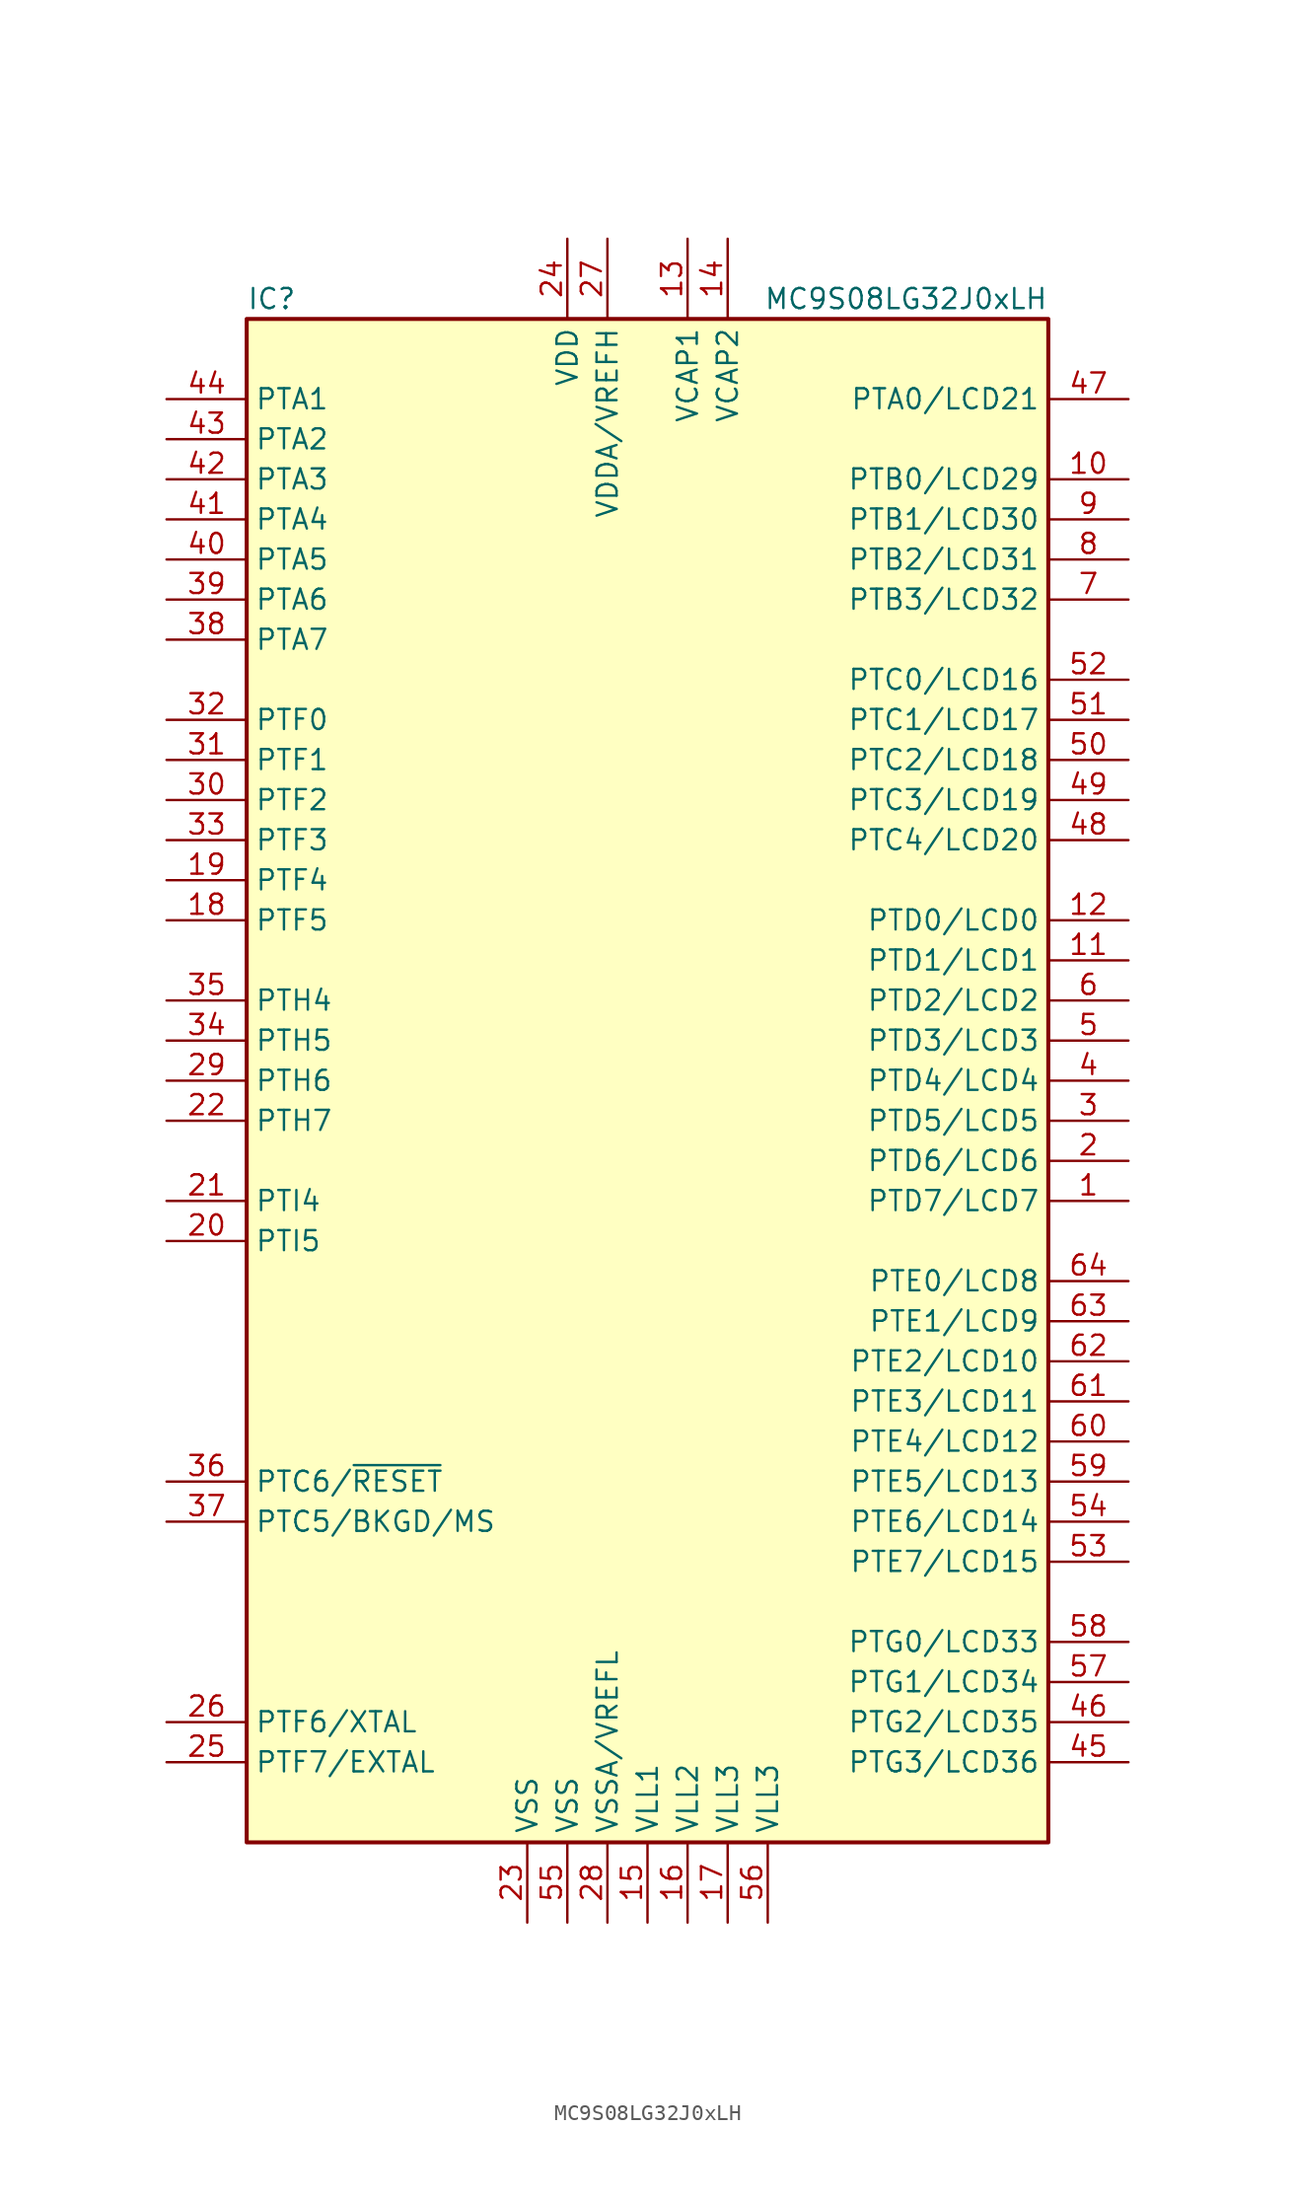
<source format=kicad_sym>
(kicad_symbol_lib
  (version 20211014)
  (generator kicad_symbol_editor)
  (symbol "MC9S08LG32J0xLH"
    (property "Reference" "IC"
      (at -25.4 49.53 0)
      (effects (font (size 1.27 1.27)) (justify left)))
    (property "Value" "MC9S08LG32J0xLH"
      (at 25.4 49.53 0)
      (effects (font (size 1.27 1.27)) (justify right)))
    (symbol "MC9S08LG32J0xLH_0_1"
      (rectangle (start -25.4 48.26) (end 25.4 -48.26) (stroke (width 0.254) (type default) (color 0 0 0 0)) (fill (type background))))
    (symbol "MC9S08LG32J0xLH_1_1"
      (pin bidirectional line (at 30.48 -7.62 180) (length 5.08) (name "PTD7/LCD7" (effects (font (size 1.27 1.27)))) (number "1" (effects (font (size 1.27 1.27)))))
      (pin bidirectional line (at 30.48 38.1 180) (length 5.08) (name "PTB0/LCD29" (effects (font (size 1.27 1.27)))) (number "10" (effects (font (size 1.27 1.27)))))
      (pin bidirectional line (at 30.48 7.62 180) (length 5.08) (name "PTD1/LCD1" (effects (font (size 1.27 1.27)))) (number "11" (effects (font (size 1.27 1.27)))))
      (pin bidirectional line (at 30.48 10.16 180) (length 5.08) (name "PTD0/LCD0" (effects (font (size 1.27 1.27)))) (number "12" (effects (font (size 1.27 1.27)))))
      (pin power_in line (at 2.54 53.34 270) (length 5.08) (name "VCAP1" (effects (font (size 1.27 1.27)))) (number "13" (effects (font (size 1.27 1.27)))))
      (pin power_in line (at 5.08 53.34 270) (length 5.08) (name "VCAP2" (effects (font (size 1.27 1.27)))) (number "14" (effects (font (size 1.27 1.27)))))
      (pin power_in line (at 0 -53.34 90) (length 5.08) (name "VLL1" (effects (font (size 1.27 1.27)))) (number "15" (effects (font (size 1.27 1.27)))))
      (pin power_in line (at 2.54 -53.34 90) (length 5.08) (name "VLL2" (effects (font (size 1.27 1.27)))) (number "16" (effects (font (size 1.27 1.27)))))
      (pin power_in line (at 5.08 -53.34 90) (length 5.08) (name "VLL3" (effects (font (size 1.27 1.27)))) (number "17" (effects (font (size 1.27 1.27)))))
      (pin bidirectional line (at -30.48 10.16 0) (length 5.08) (name "PTF5" (effects (font (size 1.27 1.27)))) (number "18" (effects (font (size 1.27 1.27)))))
      (pin bidirectional line (at -30.48 12.7 0) (length 5.08) (name "PTF4" (effects (font (size 1.27 1.27)))) (number "19" (effects (font (size 1.27 1.27)))))
      (pin bidirectional line (at 30.48 -5.08 180) (length 5.08) (name "PTD6/LCD6" (effects (font (size 1.27 1.27)))) (number "2" (effects (font (size 1.27 1.27)))))
      (pin bidirectional line (at -30.48 -10.16 0) (length 5.08) (name "PTI5" (effects (font (size 1.27 1.27)))) (number "20" (effects (font (size 1.27 1.27)))))
      (pin bidirectional line (at -30.48 -7.62 0) (length 5.08) (name "PTI4" (effects (font (size 1.27 1.27)))) (number "21" (effects (font (size 1.27 1.27)))))
      (pin bidirectional line (at -30.48 -2.54 0) (length 5.08) (name "PTH7" (effects (font (size 1.27 1.27)))) (number "22" (effects (font (size 1.27 1.27)))))
      (pin power_in line (at -7.62 -53.34 90) (length 5.08) (name "VSS" (effects (font (size 1.27 1.27)))) (number "23" (effects (font (size 1.27 1.27)))))
      (pin power_in line (at -5.08 53.34 270) (length 5.08) (name "VDD" (effects (font (size 1.27 1.27)))) (number "24" (effects (font (size 1.27 1.27)))))
      (pin bidirectional line (at -30.48 -43.18 0) (length 5.08) (name "PTF7/EXTAL" (effects (font (size 1.27 1.27)))) (number "25" (effects (font (size 1.27 1.27)))))
      (pin bidirectional line (at -30.48 -40.64 0) (length 5.08) (name "PTF6/XTAL" (effects (font (size 1.27 1.27)))) (number "26" (effects (font (size 1.27 1.27)))))
      (pin power_in line (at -2.54 53.34 270) (length 5.08) (name "VDDA/VREFH" (effects (font (size 1.27 1.27)))) (number "27" (effects (font (size 1.27 1.27)))))
      (pin power_in line (at -2.54 -53.34 90) (length 5.08) (name "VSSA/VREFL" (effects (font (size 1.27 1.27)))) (number "28" (effects (font (size 1.27 1.27)))))
      (pin bidirectional line (at -30.48 0 0) (length 5.08) (name "PTH6" (effects (font (size 1.27 1.27)))) (number "29" (effects (font (size 1.27 1.27)))))
      (pin bidirectional line (at 30.48 -2.54 180) (length 5.08) (name "PTD5/LCD5" (effects (font (size 1.27 1.27)))) (number "3" (effects (font (size 1.27 1.27)))))
      (pin bidirectional line (at -30.48 17.78 0) (length 5.08) (name "PTF2" (effects (font (size 1.27 1.27)))) (number "30" (effects (font (size 1.27 1.27)))))
      (pin bidirectional line (at -30.48 20.32 0) (length 5.08) (name "PTF1" (effects (font (size 1.27 1.27)))) (number "31" (effects (font (size 1.27 1.27)))))
      (pin bidirectional line (at -30.48 22.86 0) (length 5.08) (name "PTF0" (effects (font (size 1.27 1.27)))) (number "32" (effects (font (size 1.27 1.27)))))
      (pin bidirectional line (at -30.48 15.24 0) (length 5.08) (name "PTF3" (effects (font (size 1.27 1.27)))) (number "33" (effects (font (size 1.27 1.27)))))
      (pin bidirectional line (at -30.48 2.54 0) (length 5.08) (name "PTH5" (effects (font (size 1.27 1.27)))) (number "34" (effects (font (size 1.27 1.27)))))
      (pin bidirectional line (at -30.48 5.08 0) (length 5.08) (name "PTH4" (effects (font (size 1.27 1.27)))) (number "35" (effects (font (size 1.27 1.27)))))
      (pin bidirectional line (at -30.48 -25.4 0) (length 5.08) (name "PTC6/~{RESET}" (effects (font (size 1.27 1.27)))) (number "36" (effects (font (size 1.27 1.27)))))
      (pin bidirectional line (at -30.48 -27.94 0) (length 5.08) (name "PTC5/BKGD/MS" (effects (font (size 1.27 1.27)))) (number "37" (effects (font (size 1.27 1.27)))))
      (pin bidirectional line (at -30.48 27.94 0) (length 5.08) (name "PTA7" (effects (font (size 1.27 1.27)))) (number "38" (effects (font (size 1.27 1.27)))))
      (pin bidirectional line (at -30.48 30.48 0) (length 5.08) (name "PTA6" (effects (font (size 1.27 1.27)))) (number "39" (effects (font (size 1.27 1.27)))))
      (pin bidirectional line (at 30.48 0 180) (length 5.08) (name "PTD4/LCD4" (effects (font (size 1.27 1.27)))) (number "4" (effects (font (size 1.27 1.27)))))
      (pin bidirectional line (at -30.48 33.02 0) (length 5.08) (name "PTA5" (effects (font (size 1.27 1.27)))) (number "40" (effects (font (size 1.27 1.27)))))
      (pin bidirectional line (at -30.48 35.56 0) (length 5.08) (name "PTA4" (effects (font (size 1.27 1.27)))) (number "41" (effects (font (size 1.27 1.27)))))
      (pin bidirectional line (at -30.48 38.1 0) (length 5.08) (name "PTA3" (effects (font (size 1.27 1.27)))) (number "42" (effects (font (size 1.27 1.27)))))
      (pin bidirectional line (at -30.48 40.64 0) (length 5.08) (name "PTA2" (effects (font (size 1.27 1.27)))) (number "43" (effects (font (size 1.27 1.27)))))
      (pin bidirectional line (at -30.48 43.18 0) (length 5.08) (name "PTA1" (effects (font (size 1.27 1.27)))) (number "44" (effects (font (size 1.27 1.27)))))
      (pin bidirectional line (at 30.48 -43.18 180) (length 5.08) (name "PTG3/LCD36" (effects (font (size 1.27 1.27)))) (number "45" (effects (font (size 1.27 1.27)))))
      (pin bidirectional line (at 30.48 -40.64 180) (length 5.08) (name "PTG2/LCD35" (effects (font (size 1.27 1.27)))) (number "46" (effects (font (size 1.27 1.27)))))
      (pin bidirectional line (at 30.48 43.18 180) (length 5.08) (name "PTA0/LCD21" (effects (font (size 1.27 1.27)))) (number "47" (effects (font (size 1.27 1.27)))))
      (pin bidirectional line (at 30.48 15.24 180) (length 5.08) (name "PTC4/LCD20" (effects (font (size 1.27 1.27)))) (number "48" (effects (font (size 1.27 1.27)))))
      (pin bidirectional line (at 30.48 17.78 180) (length 5.08) (name "PTC3/LCD19" (effects (font (size 1.27 1.27)))) (number "49" (effects (font (size 1.27 1.27)))))
      (pin bidirectional line (at 30.48 2.54 180) (length 5.08) (name "PTD3/LCD3" (effects (font (size 1.27 1.27)))) (number "5" (effects (font (size 1.27 1.27)))))
      (pin bidirectional line (at 30.48 20.32 180) (length 5.08) (name "PTC2/LCD18" (effects (font (size 1.27 1.27)))) (number "50" (effects (font (size 1.27 1.27)))))
      (pin bidirectional line (at 30.48 22.86 180) (length 5.08) (name "PTC1/LCD17" (effects (font (size 1.27 1.27)))) (number "51" (effects (font (size 1.27 1.27)))))
      (pin bidirectional line (at 30.48 25.4 180) (length 5.08) (name "PTC0/LCD16" (effects (font (size 1.27 1.27)))) (number "52" (effects (font (size 1.27 1.27)))))
      (pin bidirectional line (at 30.48 -30.48 180) (length 5.08) (name "PTE7/LCD15" (effects (font (size 1.27 1.27)))) (number "53" (effects (font (size 1.27 1.27)))))
      (pin bidirectional line (at 30.48 -27.94 180) (length 5.08) (name "PTE6/LCD14" (effects (font (size 1.27 1.27)))) (number "54" (effects (font (size 1.27 1.27)))))
      (pin power_in line (at -5.08 -53.34 90) (length 5.08) (name "VSS" (effects (font (size 1.27 1.27)))) (number "55" (effects (font (size 1.27 1.27)))))
      (pin power_in line (at 7.62 -53.34 90) (length 5.08) (name "VLL3" (effects (font (size 1.27 1.27)))) (number "56" (effects (font (size 1.27 1.27)))))
      (pin bidirectional line (at 30.48 -38.1 180) (length 5.08) (name "PTG1/LCD34" (effects (font (size 1.27 1.27)))) (number "57" (effects (font (size 1.27 1.27)))))
      (pin bidirectional line (at 30.48 -35.56 180) (length 5.08) (name "PTG0/LCD33" (effects (font (size 1.27 1.27)))) (number "58" (effects (font (size 1.27 1.27)))))
      (pin bidirectional line (at 30.48 -25.4 180) (length 5.08) (name "PTE5/LCD13" (effects (font (size 1.27 1.27)))) (number "59" (effects (font (size 1.27 1.27)))))
      (pin bidirectional line (at 30.48 5.08 180) (length 5.08) (name "PTD2/LCD2" (effects (font (size 1.27 1.27)))) (number "6" (effects (font (size 1.27 1.27)))))
      (pin bidirectional line (at 30.48 -22.86 180) (length 5.08) (name "PTE4/LCD12" (effects (font (size 1.27 1.27)))) (number "60" (effects (font (size 1.27 1.27)))))
      (pin bidirectional line (at 30.48 -20.32 180) (length 5.08) (name "PTE3/LCD11" (effects (font (size 1.27 1.27)))) (number "61" (effects (font (size 1.27 1.27)))))
      (pin bidirectional line (at 30.48 -17.78 180) (length 5.08) (name "PTE2/LCD10" (effects (font (size 1.27 1.27)))) (number "62" (effects (font (size 1.27 1.27)))))
      (pin bidirectional line (at 30.48 -15.24 180) (length 5.08) (name "PTE1/LCD9" (effects (font (size 1.27 1.27)))) (number "63" (effects (font (size 1.27 1.27)))))
      (pin bidirectional line (at 30.48 -12.7 180) (length 5.08) (name "PTE0/LCD8" (effects (font (size 1.27 1.27)))) (number "64" (effects (font (size 1.27 1.27)))))
      (pin bidirectional line (at 30.48 30.48 180) (length 5.08) (name "PTB3/LCD32" (effects (font (size 1.27 1.27)))) (number "7" (effects (font (size 1.27 1.27)))))
      (pin bidirectional line (at 30.48 33.02 180) (length 5.08) (name "PTB2/LCD31" (effects (font (size 1.27 1.27)))) (number "8" (effects (font (size 1.27 1.27)))))
      (pin bidirectional line (at 30.48 35.56 180) (length 5.08) (name "PTB1/LCD30" (effects (font (size 1.27 1.27)))) (number "9" (effects (font (size 1.27 1.27))))))))
</source>
